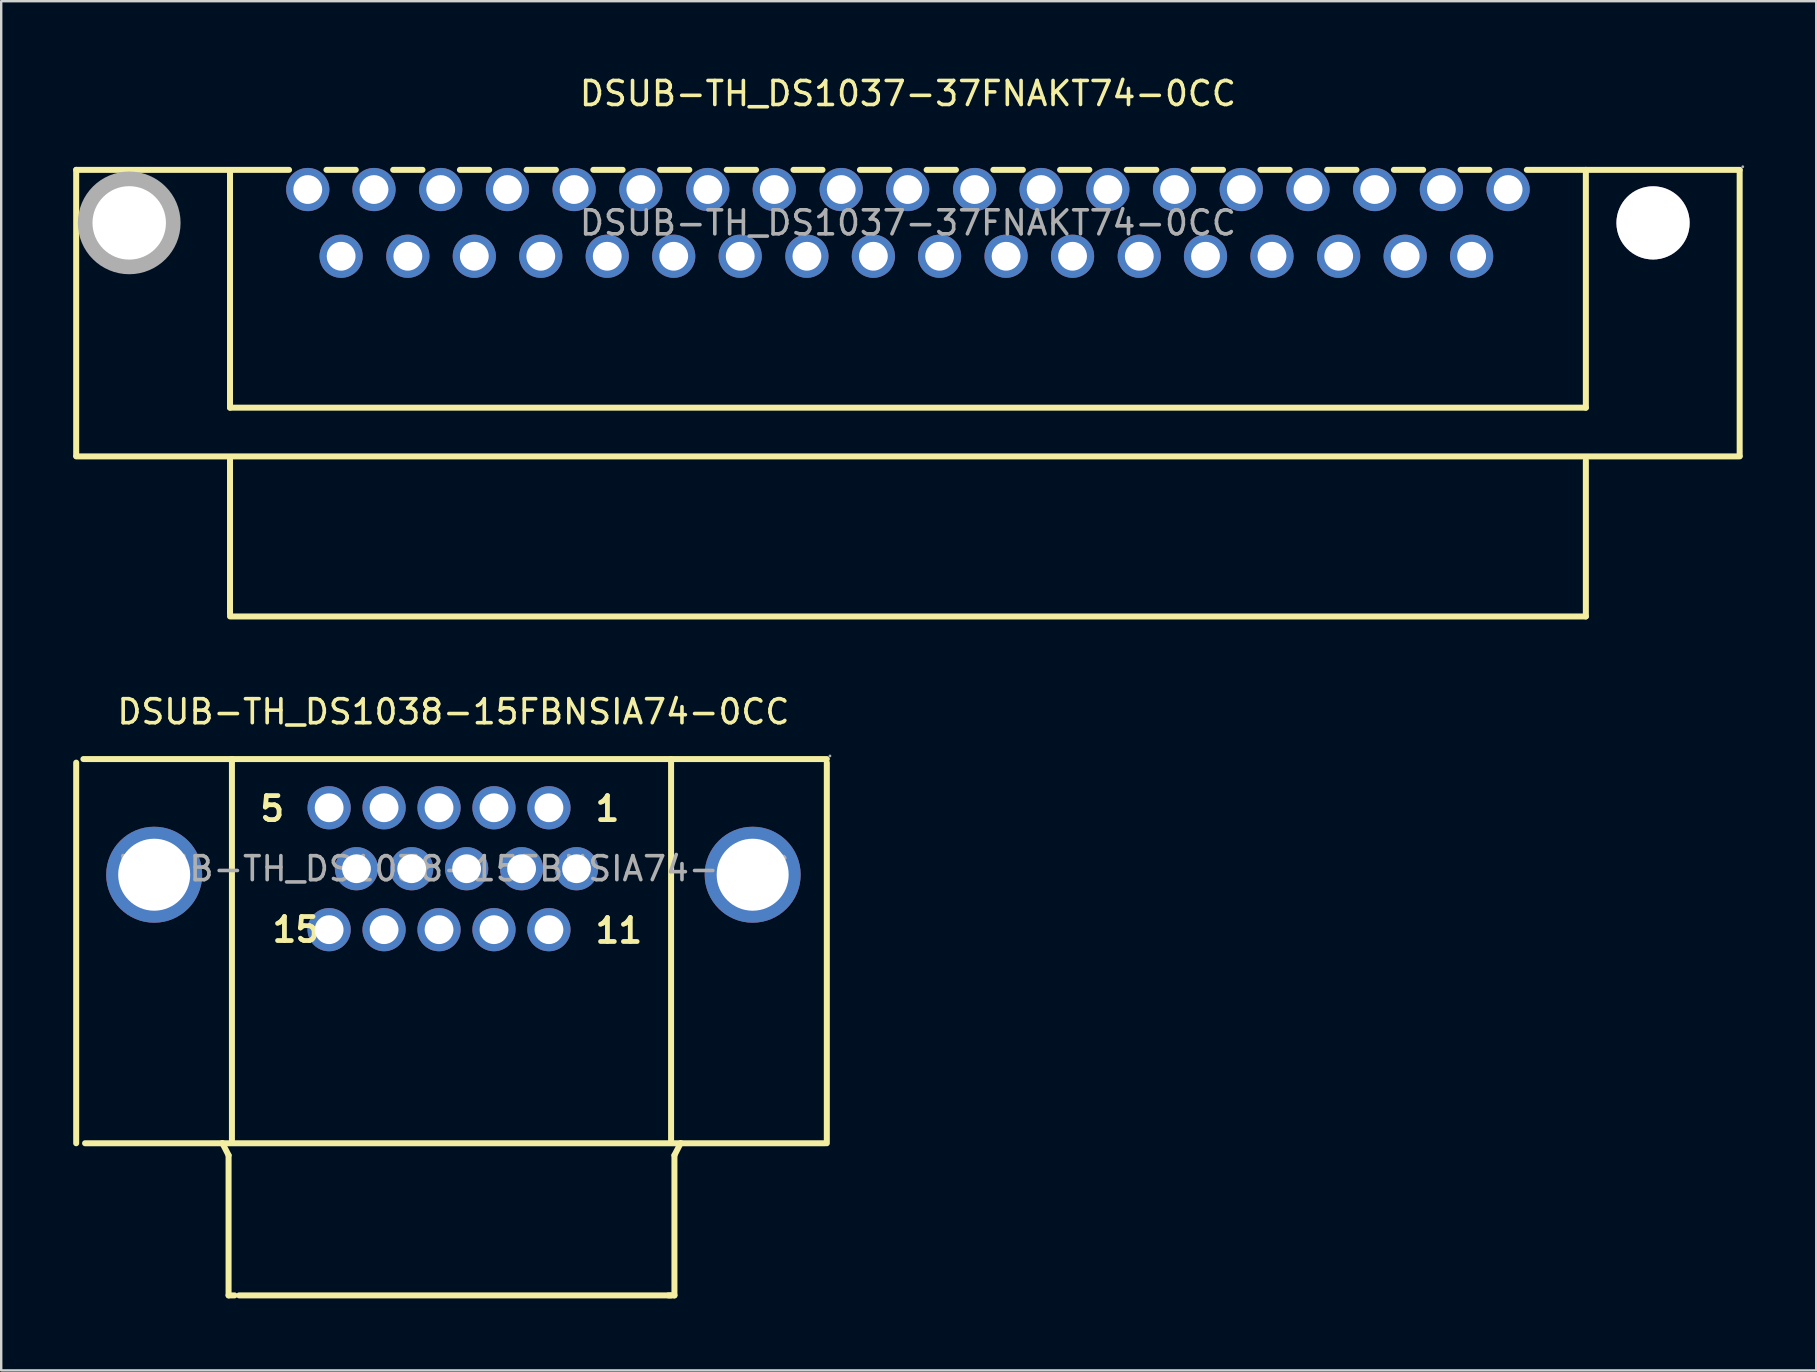
<source format=kicad_pcb>
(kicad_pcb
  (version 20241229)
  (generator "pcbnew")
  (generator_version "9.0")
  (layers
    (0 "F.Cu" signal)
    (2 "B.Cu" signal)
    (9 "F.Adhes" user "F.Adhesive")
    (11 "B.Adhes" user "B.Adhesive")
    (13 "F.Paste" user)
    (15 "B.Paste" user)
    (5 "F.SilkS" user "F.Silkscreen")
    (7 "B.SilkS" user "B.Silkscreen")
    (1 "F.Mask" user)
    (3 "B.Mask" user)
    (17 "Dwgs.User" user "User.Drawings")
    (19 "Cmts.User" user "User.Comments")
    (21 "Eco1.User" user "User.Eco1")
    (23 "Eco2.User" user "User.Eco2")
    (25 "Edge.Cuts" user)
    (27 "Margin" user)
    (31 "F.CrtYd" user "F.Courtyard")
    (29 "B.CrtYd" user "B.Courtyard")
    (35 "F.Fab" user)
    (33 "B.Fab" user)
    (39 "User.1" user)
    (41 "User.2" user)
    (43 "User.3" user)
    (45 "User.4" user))
  (footprint "DSUB-TH_DS1038-15FBNSIA74-0CC"
    (layer "F.Cu")
    (at 15.845 33.151)
    (property "Reference" "DSUB-TH_DS1038-15FBNSIA74-0CC" (at 0 -6.54 0) (layer "F.SilkS") (effects (font (size 1 1) (thickness 0.15))))
    (attr through_hole)
    (fp_line (start -15.72 -4.42) (end -15.72 11.44) (stroke (width 0.25) (type solid)) (layer "F.SilkS"))
    (fp_line (start -9.37 11.94) (end -9.63 11.43) (stroke (width 0.25) (type solid)) (layer "F.SilkS"))
    (fp_line (start -9.37 17.78) (end -9.37 11.94) (stroke (width 0.25) (type solid)) (layer "F.SilkS"))
    (fp_line (start -9.23 11.43) (end -9.23 -4.57) (stroke (width 0.25) (type solid)) (layer "F.SilkS"))
    (fp_line (start -9.12 17.78) (end -9.37 17.78) (stroke (width 0.25) (type solid)) (layer "F.SilkS"))
    (fp_line (start 8.96 17.78) (end 9.21 17.78) (stroke (width 0.25) (type solid)) (layer "F.SilkS"))
    (fp_line (start 9.07 11.43) (end 9.07 -4.57) (stroke (width 0.25) (type solid)) (layer "F.SilkS"))
    (fp_line (start 9.07 17.78) (end -8.93 17.78) (stroke (width 0.25) (type solid)) (layer "F.SilkS"))
    (fp_line (start 9.21 11.94) (end 9.47 11.43) (stroke (width 0.25) (type solid)) (layer "F.SilkS"))
    (fp_line (start 9.21 17.78) (end 9.21 11.94) (stroke (width 0.25) (type solid)) (layer "F.SilkS"))
    (fp_line (start 15.49 11.44) (end -15.35 11.44) (stroke (width 0.25) (type solid)) (layer "F.SilkS"))
    (fp_line (start 15.56 -4.57) (end -15.42 -4.57) (stroke (width 0.25) (type solid)) (layer "F.SilkS"))
    (fp_line (start 15.56 -4.42) (end 15.56 11.44) (stroke (width 0.25) (type solid)) (layer "F.SilkS"))
    (fp_circle (center -12.47 0.25) (end -11.77 0.25) (stroke (width 1.4) (type solid)) (fill no) (layer "F.Fab"))
    (fp_circle (center -5.18 -2.54) (end -4.93 -2.54) (stroke (width 0.5) (type solid)) (fill no) (layer "F.Fab"))
    (fp_circle (center -5.18 2.54) (end -4.93 2.54) (stroke (width 0.5) (type solid)) (fill no) (layer "F.Fab"))
    (fp_circle (center -4.04 0) (end -3.79 0) (stroke (width 0.5) (type solid)) (fill no) (layer "F.Fab"))
    (fp_circle (center -2.89 -2.54) (end -2.64 -2.54) (stroke (width 0.5) (type solid)) (fill no) (layer "F.Fab"))
    (fp_circle (center -2.89 2.54) (end -2.64 2.54) (stroke (width 0.5) (type solid)) (fill no) (layer "F.Fab"))
    (fp_circle (center -1.74 0) (end -1.49 0) (stroke (width 0.5) (type solid)) (fill no) (layer "F.Fab"))
    (fp_circle (center -0.6 -2.54) (end -0.35 -2.54) (stroke (width 0.5) (type solid)) (fill no) (layer "F.Fab"))
    (fp_circle (center -0.6 2.54) (end -0.35 2.54) (stroke (width 0.5) (type solid)) (fill no) (layer "F.Fab"))
    (fp_circle (center 0.55 0) (end 0.8 0) (stroke (width 0.5) (type solid)) (fill no) (layer "F.Fab"))
    (fp_circle (center 1.69 -2.54) (end 1.94 -2.54) (stroke (width 0.5) (type solid)) (fill no) (layer "F.Fab"))
    (fp_circle (center 1.69 2.54) (end 1.94 2.54) (stroke (width 0.5) (type solid)) (fill no) (layer "F.Fab"))
    (fp_circle (center 2.84 0) (end 3.09 0) (stroke (width 0.5) (type solid)) (fill no) (layer "F.Fab"))
    (fp_circle (center 3.98 -2.54) (end 4.23 -2.54) (stroke (width 0.5) (type solid)) (fill no) (layer "F.Fab"))
    (fp_circle (center 3.98 2.54) (end 4.23 2.54) (stroke (width 0.5) (type solid)) (fill no) (layer "F.Fab"))
    (fp_circle (center 5.13 0) (end 5.38 0) (stroke (width 0.5) (type solid)) (fill no) (layer "F.Fab"))
    (fp_circle (center 12.47 0.25) (end 13.17 0.25) (stroke (width 1.4) (type solid)) (fill no) (layer "F.Fab"))
    (fp_circle (center 15.69 -4.7) (end 15.72 -4.7) (stroke (width 0.06) (type solid)) (fill no) (layer "F.Fab"))
    (fp_text user "15" (at -7.65 2.54 0) (layer "F.SilkS") (effects (font (size 1 1) (thickness 0.2)) (justify left)))
    (fp_text user "11" (at 5.81 2.58 0) (layer "F.SilkS") (effects (font (size 1 1) (thickness 0.2)) (justify left)))
    (fp_text user "1" (at 5.81 -2.5 0) (layer "F.SilkS") (effects (font (size 1 1) (thickness 0.2)) (justify left)))
    (fp_text user "5" (at -8.16 -2.5 0) (layer "F.SilkS") (effects (font (size 1 1) (thickness 0.2)) (justify left)))
    (fp_text user "${REFERENCE}" (at 0 0 0) (layer "F.Fab") (effects (font (size 1 1) (thickness 0.15))))
    (pad "1" thru_hole circle (at 3.98 -2.54) (size 1.8 1.8) (drill 1.2) (layers "*.Cu" "*.Paste" "*.Mask"))
    (pad "2" thru_hole circle (at 1.69 -2.54) (size 1.8 1.8) (drill 1.2) (layers "*.Cu" "*.Paste" "*.Mask"))
    (pad "3" thru_hole circle (at -0.6 -2.54) (size 1.8 1.8) (drill 1.2) (layers "*.Cu" "*.Paste" "*.Mask"))
    (pad "4" thru_hole circle (at -2.89 -2.54) (size 1.8 1.8) (drill 1.2) (layers "*.Cu" "*.Paste" "*.Mask"))
    (pad "5" thru_hole circle (at -5.18 -2.54) (size 1.8 1.8) (drill 1.2) (layers "*.Cu" "*.Paste" "*.Mask"))
    (pad "6" thru_hole circle (at 5.13 0) (size 1.8 1.8) (drill 1.2) (layers "*.Cu" "*.Paste" "*.Mask"))
    (pad "7" thru_hole circle (at 2.84 0) (size 1.8 1.8) (drill 1.2) (layers "*.Cu" "*.Paste" "*.Mask"))
    (pad "8" thru_hole circle (at 0.55 0) (size 1.8 1.8) (drill 1.2) (layers "*.Cu" "*.Paste" "*.Mask"))
    (pad "9" thru_hole circle (at -1.74 0) (size 1.8 1.8) (drill 1.2) (layers "*.Cu" "*.Paste" "*.Mask"))
    (pad "10" thru_hole circle (at -4.04 0) (size 1.8 1.8) (drill 1.2) (layers "*.Cu" "*.Paste" "*.Mask"))
    (pad "11" thru_hole circle (at 3.98 2.54) (size 1.8 1.8) (drill 1.2) (layers "*.Cu" "*.Paste" "*.Mask"))
    (pad "12" thru_hole circle (at 1.69 2.54) (size 1.8 1.8) (drill 1.2) (layers "*.Cu" "*.Paste" "*.Mask"))
    (pad "13" thru_hole circle (at -0.6 2.54) (size 1.8 1.8) (drill 1.2) (layers "*.Cu" "*.Paste" "*.Mask"))
    (pad "14" thru_hole circle (at -2.89 2.54) (size 1.8 1.8) (drill 1.2) (layers "*.Cu" "*.Paste" "*.Mask"))
    (pad "15" thru_hole circle (at -5.18 2.54) (size 1.8 1.8) (drill 1.2) (layers "*.Cu" "*.Paste" "*.Mask"))
    (pad "16" thru_hole circle (at 12.47 0.25) (size 4 4) (drill 3) (layers "*.Cu" "*.Paste" "*.Mask"))
    (pad "17" thru_hole circle (at -12.47 0.25) (size 4 4) (drill 3) (layers "*.Cu" "*.Paste" "*.Mask")))
  (footprint "DSUB-TH_DS1037-37FNAKT74-0CC"
    (layer "F.Cu")
    (at 34.785 6.238)
    (property "Reference" "DSUB-TH_DS1037-37FNAKT74-0CC" (at 0 -5.39 0) (layer "F.SilkS") (effects (font (size 1 1) (thickness 0.15))))
    (attr through_hole)
    (fp_line (start -34.66 -2.21) (end -25.79 -2.21) (stroke (width 0.25) (type solid)) (layer "F.SilkS"))
    (fp_line (start -34.66 9.7) (end -34.66 -2.21) (stroke (width 0.25) (type solid)) (layer "F.SilkS"))
    (fp_line (start -28.25 7.7) (end -28.25 -2.2) (stroke (width 0.25) (type solid)) (layer "F.SilkS"))
    (fp_line (start -28.25 16.3) (end -28.25 9.8) (stroke (width 0.25) (type solid)) (layer "F.SilkS"))
    (fp_line (start -24.23 -2.21) (end -23.01 -2.21) (stroke (width 0.25) (type solid)) (layer "F.SilkS"))
    (fp_line (start -21.45 -2.21) (end -20.23 -2.21) (stroke (width 0.25) (type solid)) (layer "F.SilkS"))
    (fp_line (start -18.67 -2.21) (end -17.45 -2.21) (stroke (width 0.25) (type solid)) (layer "F.SilkS"))
    (fp_line (start -15.89 -2.21) (end -14.67 -2.21) (stroke (width 0.25) (type solid)) (layer "F.SilkS"))
    (fp_line (start -13.11 -2.21) (end -11.89 -2.21) (stroke (width 0.25) (type solid)) (layer "F.SilkS"))
    (fp_line (start -10.33 -2.21) (end -9.11 -2.21) (stroke (width 0.25) (type solid)) (layer "F.SilkS"))
    (fp_line (start -7.55 -2.21) (end -6.33 -2.21) (stroke (width 0.25) (type solid)) (layer "F.SilkS"))
    (fp_line (start -4.77 -2.21) (end -3.56 -2.21) (stroke (width 0.25) (type solid)) (layer "F.SilkS"))
    (fp_line (start -2 -2.21) (end -0.77 -2.21) (stroke (width 0.25) (type solid)) (layer "F.SilkS"))
    (fp_line (start 0.78 -2.21) (end 2 -2.21) (stroke (width 0.25) (type solid)) (layer "F.SilkS"))
    (fp_line (start 3.56 -2.21) (end 4.79 -2.21) (stroke (width 0.25) (type solid)) (layer "F.SilkS"))
    (fp_line (start 6.34 -2.21) (end 7.56 -2.21) (stroke (width 0.25) (type solid)) (layer "F.SilkS"))
    (fp_line (start 9.12 -2.21) (end 10.35 -2.21) (stroke (width 0.25) (type solid)) (layer "F.SilkS"))
    (fp_line (start 11.9 -2.21) (end 13.13 -2.21) (stroke (width 0.25) (type solid)) (layer "F.SilkS"))
    (fp_line (start 14.69 -2.21) (end 15.91 -2.21) (stroke (width 0.25) (type solid)) (layer "F.SilkS"))
    (fp_line (start 17.47 -2.21) (end 18.69 -2.21) (stroke (width 0.25) (type solid)) (layer "F.SilkS"))
    (fp_line (start 20.25 -2.21) (end 21.47 -2.21) (stroke (width 0.25) (type solid)) (layer "F.SilkS"))
    (fp_line (start 23.03 -2.21) (end 24.23 -2.21) (stroke (width 0.25) (type solid)) (layer "F.SilkS"))
    (fp_line (start 25.79 -2.21) (end 34.66 -2.21) (stroke (width 0.25) (type solid)) (layer "F.SilkS"))
    (fp_line (start 28.25 7.7) (end -28.25 7.7) (stroke (width 0.25) (type solid)) (layer "F.SilkS"))
    (fp_line (start 28.25 7.7) (end 28.25 -2.21) (stroke (width 0.25) (type solid)) (layer "F.SilkS"))
    (fp_line (start 28.25 16.4) (end -28.25 16.4) (stroke (width 0.25) (type solid)) (layer "F.SilkS"))
    (fp_line (start 28.25 16.4) (end 28.25 9.9) (stroke (width 0.25) (type solid)) (layer "F.SilkS"))
    (fp_line (start 34.66 9.71) (end 34.66 -2.2) (stroke (width 0.25) (type solid)) (layer "F.SilkS"))
    (fp_line (start 34.66 9.73) (end -34.66 9.73) (stroke (width 0.25) (type solid)) (layer "F.SilkS"))
    (fp_circle (center -32.45 0) (end -31.74 0) (stroke (width 1.43) (type solid)) (fill no) (layer "F.Fab"))
    (fp_circle (center -25.01 -1.39) (end -24.76 -1.39) (stroke (width 0.5) (type solid)) (fill no) (layer "F.Fab"))
    (fp_circle (center -23.62 1.39) (end -23.37 1.39) (stroke (width 0.5) (type solid)) (fill no) (layer "F.Fab"))
    (fp_circle (center -22.25 -1.39) (end -22 -1.39) (stroke (width 0.5) (type solid)) (fill no) (layer "F.Fab"))
    (fp_circle (center -20.84 1.39) (end -20.59 1.39) (stroke (width 0.5) (type solid)) (fill no) (layer "F.Fab"))
    (fp_circle (center -19.47 -1.39) (end -19.22 -1.39) (stroke (width 0.5) (type solid)) (fill no) (layer "F.Fab"))
    (fp_circle (center -18.07 1.39) (end -17.82 1.39) (stroke (width 0.5) (type solid)) (fill no) (layer "F.Fab"))
    (fp_circle (center -16.69 -1.39) (end -16.44 -1.39) (stroke (width 0.5) (type solid)) (fill no) (layer "F.Fab"))
    (fp_circle (center -15.3 1.39) (end -15.05 1.39) (stroke (width 0.5) (type solid)) (fill no) (layer "F.Fab"))
    (fp_circle (center -13.91 -1.39) (end -13.66 -1.39) (stroke (width 0.5) (type solid)) (fill no) (layer "F.Fab"))
    (fp_circle (center -12.53 1.39) (end -12.28 1.39) (stroke (width 0.5) (type solid)) (fill no) (layer "F.Fab"))
    (fp_circle (center -11.13 -1.39) (end -10.88 -1.39) (stroke (width 0.5) (type solid)) (fill no) (layer "F.Fab"))
    (fp_circle (center -9.76 1.39) (end -9.51 1.39) (stroke (width 0.5) (type solid)) (fill no) (layer "F.Fab"))
    (fp_circle (center -8.34 -1.39) (end -8.09 -1.39) (stroke (width 0.5) (type solid)) (fill no) (layer "F.Fab"))
    (fp_circle (center -6.99 1.39) (end -6.74 1.39) (stroke (width 0.5) (type solid)) (fill no) (layer "F.Fab"))
    (fp_circle (center -5.57 -1.39) (end -5.32 -1.39) (stroke (width 0.5) (type solid)) (fill no) (layer "F.Fab"))
    (fp_circle (center -4.21 1.39) (end -3.96 1.39) (stroke (width 0.5) (type solid)) (fill no) (layer "F.Fab"))
    (fp_circle (center -2.78 -1.39) (end -2.53 -1.39) (stroke (width 0.5) (type solid)) (fill no) (layer "F.Fab"))
    (fp_circle (center -1.44 1.39) (end -1.19 1.39) (stroke (width 0.5) (type solid)) (fill no) (layer "F.Fab"))
    (fp_circle (center -0.01 -1.39) (end 0.24 -1.39) (stroke (width 0.5) (type solid)) (fill no) (layer "F.Fab"))
    (fp_circle (center 1.32 1.39) (end 1.57 1.39) (stroke (width 0.5) (type solid)) (fill no) (layer "F.Fab"))
    (fp_circle (center 2.78 -1.39) (end 3.03 -1.39) (stroke (width 0.5) (type solid)) (fill no) (layer "F.Fab"))
    (fp_circle (center 4.09 1.39) (end 4.34 1.39) (stroke (width 0.5) (type solid)) (fill no) (layer "F.Fab"))
    (fp_circle (center 5.55 -1.39) (end 5.8 -1.39) (stroke (width 0.5) (type solid)) (fill no) (layer "F.Fab"))
    (fp_circle (center 6.86 1.39) (end 7.11 1.39) (stroke (width 0.5) (type solid)) (fill no) (layer "F.Fab"))
    (fp_circle (center 8.33 -1.39) (end 8.58 -1.39) (stroke (width 0.5) (type solid)) (fill no) (layer "F.Fab"))
    (fp_circle (center 9.64 1.39) (end 9.89 1.39) (stroke (width 0.5) (type solid)) (fill no) (layer "F.Fab"))
    (fp_circle (center 11.11 -1.39) (end 11.36 -1.39) (stroke (width 0.5) (type solid)) (fill no) (layer "F.Fab"))
    (fp_circle (center 12.4 1.39) (end 12.65 1.39) (stroke (width 0.5) (type solid)) (fill no) (layer "F.Fab"))
    (fp_circle (center 13.89 -1.39) (end 14.14 -1.39) (stroke (width 0.5) (type solid)) (fill no) (layer "F.Fab"))
    (fp_circle (center 15.17 1.39) (end 15.42 1.39) (stroke (width 0.5) (type solid)) (fill no) (layer "F.Fab"))
    (fp_circle (center 16.67 -1.39) (end 16.92 -1.39) (stroke (width 0.5) (type solid)) (fill no) (layer "F.Fab"))
    (fp_circle (center 17.95 1.39) (end 18.2 1.39) (stroke (width 0.5) (type solid)) (fill no) (layer "F.Fab"))
    (fp_circle (center 19.45 -1.39) (end 19.7 -1.39) (stroke (width 0.5) (type solid)) (fill no) (layer "F.Fab"))
    (fp_circle (center 20.72 1.39) (end 20.97 1.39) (stroke (width 0.5) (type solid)) (fill no) (layer "F.Fab"))
    (fp_circle (center 22.23 -1.39) (end 22.48 -1.39) (stroke (width 0.5) (type solid)) (fill no) (layer "F.Fab"))
    (fp_circle (center 23.49 1.39) (end 23.74 1.39) (stroke (width 0.5) (type solid)) (fill no) (layer "F.Fab"))
    (fp_circle (center 25.01 -1.39) (end 25.26 -1.39) (stroke (width 0.5) (type solid)) (fill no) (layer "F.Fab"))
    (fp_circle (center 31.05 0) (end 31.76 0) (stroke (width 1.42) (type solid)) (fill no) (layer "F.Fab"))
    (fp_circle (center 34.79 -2.34) (end 34.82 -2.34) (stroke (width 0.06) (type solid)) (fill no) (layer "F.Fab"))
    (fp_text user "${REFERENCE}" (at 0 0 0) (layer "F.Fab") (effects (font (size 1 1) (thickness 0.15))))
    (pad "" thru_hole circle (at -32.45 0) (size 3.06 3.06) (drill 3.06) (layers "*.Cu" "*.Mask"))
    (pad "" thru_hole circle (at 31.05 0) (size 3.05 3.05) (drill 3.05) (layers "*.Cu" "*.Mask"))
    (pad "1" thru_hole circle (at 25.01 -1.39) (size 1.8 1.8) (drill 1.2) (layers "*.Cu" "*.Paste" "*.Mask"))
    (pad "2" thru_hole circle (at 22.23 -1.39) (size 1.8 1.8) (drill 1.2) (layers "*.Cu" "*.Paste" "*.Mask"))
    (pad "3" thru_hole circle (at 19.45 -1.39) (size 1.8 1.8) (drill 1.2) (layers "*.Cu" "*.Paste" "*.Mask"))
    (pad "4" thru_hole circle (at 16.67 -1.39) (size 1.8 1.8) (drill 1.2) (layers "*.Cu" "*.Paste" "*.Mask"))
    (pad "5" thru_hole circle (at 13.89 -1.39) (size 1.8 1.8) (drill 1.2) (layers "*.Cu" "*.Paste" "*.Mask"))
    (pad "6" thru_hole circle (at 11.11 -1.39) (size 1.8 1.8) (drill 1.2) (layers "*.Cu" "*.Paste" "*.Mask"))
    (pad "7" thru_hole circle (at 8.33 -1.39) (size 1.8 1.8) (drill 1.2) (layers "*.Cu" "*.Paste" "*.Mask"))
    (pad "8" thru_hole circle (at 5.55 -1.39) (size 1.8 1.8) (drill 1.2) (layers "*.Cu" "*.Paste" "*.Mask"))
    (pad "9" thru_hole circle (at 2.78 -1.39) (size 1.8 1.8) (drill 1.2) (layers "*.Cu" "*.Paste" "*.Mask"))
    (pad "10" thru_hole circle (at -0.01 -1.39) (size 1.8 1.8) (drill 1.2) (layers "*.Cu" "*.Paste" "*.Mask"))
    (pad "11" thru_hole circle (at -2.78 -1.39) (size 1.8 1.8) (drill 1.2) (layers "*.Cu" "*.Paste" "*.Mask"))
    (pad "12" thru_hole circle (at -5.57 -1.39) (size 1.8 1.8) (drill 1.2) (layers "*.Cu" "*.Paste" "*.Mask"))
    (pad "13" thru_hole circle (at -8.34 -1.39) (size 1.8 1.8) (drill 1.2) (layers "*.Cu" "*.Paste" "*.Mask"))
    (pad "14" thru_hole circle (at -11.13 -1.39) (size 1.8 1.8) (drill 1.2) (layers "*.Cu" "*.Paste" "*.Mask"))
    (pad "15" thru_hole circle (at -13.91 -1.39) (size 1.8 1.8) (drill 1.2) (layers "*.Cu" "*.Paste" "*.Mask"))
    (pad "16" thru_hole circle (at -16.69 -1.39) (size 1.8 1.8) (drill 1.2) (layers "*.Cu" "*.Paste" "*.Mask"))
    (pad "17" thru_hole circle (at -19.47 -1.39) (size 1.8 1.8) (drill 1.2) (layers "*.Cu" "*.Paste" "*.Mask"))
    (pad "18" thru_hole circle (at -22.25 -1.39) (size 1.8 1.8) (drill 1.2) (layers "*.Cu" "*.Paste" "*.Mask"))
    (pad "19" thru_hole circle (at -25.01 -1.39) (size 1.8 1.8) (drill 1.2) (layers "*.Cu" "*.Paste" "*.Mask"))
    (pad "20" thru_hole circle (at 23.49 1.39) (size 1.8 1.8) (drill 1.2) (layers "*.Cu" "*.Paste" "*.Mask"))
    (pad "21" thru_hole circle (at 20.72 1.39) (size 1.8 1.8) (drill 1.2) (layers "*.Cu" "*.Paste" "*.Mask"))
    (pad "22" thru_hole circle (at 17.95 1.39) (size 1.8 1.8) (drill 1.2) (layers "*.Cu" "*.Paste" "*.Mask"))
    (pad "23" thru_hole circle (at 15.17 1.39) (size 1.8 1.8) (drill 1.2) (layers "*.Cu" "*.Paste" "*.Mask"))
    (pad "24" thru_hole circle (at 12.4 1.39) (size 1.8 1.8) (drill 1.2) (layers "*.Cu" "*.Paste" "*.Mask"))
    (pad "25" thru_hole circle (at 9.64 1.39) (size 1.8 1.8) (drill 1.2) (layers "*.Cu" "*.Paste" "*.Mask"))
    (pad "26" thru_hole circle (at 6.86 1.39) (size 1.8 1.8) (drill 1.2) (layers "*.Cu" "*.Paste" "*.Mask"))
    (pad "27" thru_hole circle (at 4.09 1.39) (size 1.8 1.8) (drill 1.2) (layers "*.Cu" "*.Paste" "*.Mask"))
    (pad "28" thru_hole circle (at 1.32 1.39) (size 1.8 1.8) (drill 1.2) (layers "*.Cu" "*.Paste" "*.Mask"))
    (pad "29" thru_hole circle (at -1.44 1.39) (size 1.8 1.8) (drill 1.2) (layers "*.Cu" "*.Paste" "*.Mask"))
    (pad "30" thru_hole circle (at -4.21 1.39) (size 1.8 1.8) (drill 1.2) (layers "*.Cu" "*.Paste" "*.Mask"))
    (pad "31" thru_hole circle (at -6.99 1.39) (size 1.8 1.8) (drill 1.2) (layers "*.Cu" "*.Paste" "*.Mask"))
    (pad "32" thru_hole circle (at -9.76 1.39) (size 1.8 1.8) (drill 1.2) (layers "*.Cu" "*.Paste" "*.Mask"))
    (pad "33" thru_hole circle (at -12.53 1.39) (size 1.8 1.8) (drill 1.2) (layers "*.Cu" "*.Paste" "*.Mask"))
    (pad "34" thru_hole circle (at -15.3 1.39) (size 1.8 1.8) (drill 1.2) (layers "*.Cu" "*.Paste" "*.Mask"))
    (pad "35" thru_hole circle (at -18.07 1.39) (size 1.8 1.8) (drill 1.2) (layers "*.Cu" "*.Paste" "*.Mask"))
    (pad "36" thru_hole circle (at -20.84 1.39) (size 1.8 1.8) (drill 1.2) (layers "*.Cu" "*.Paste" "*.Mask"))
    (pad "37" thru_hole circle (at -23.62 1.39) (size 1.8 1.8) (drill 1.2) (layers "*.Cu" "*.Paste" "*.Mask")))
  (gr_rect
    (start -3 -3)
    (end 72.635 54.056)
    (stroke (width 0.1) (type default))
    (fill no)
    (layer "Edge.Cuts")))
</source>
